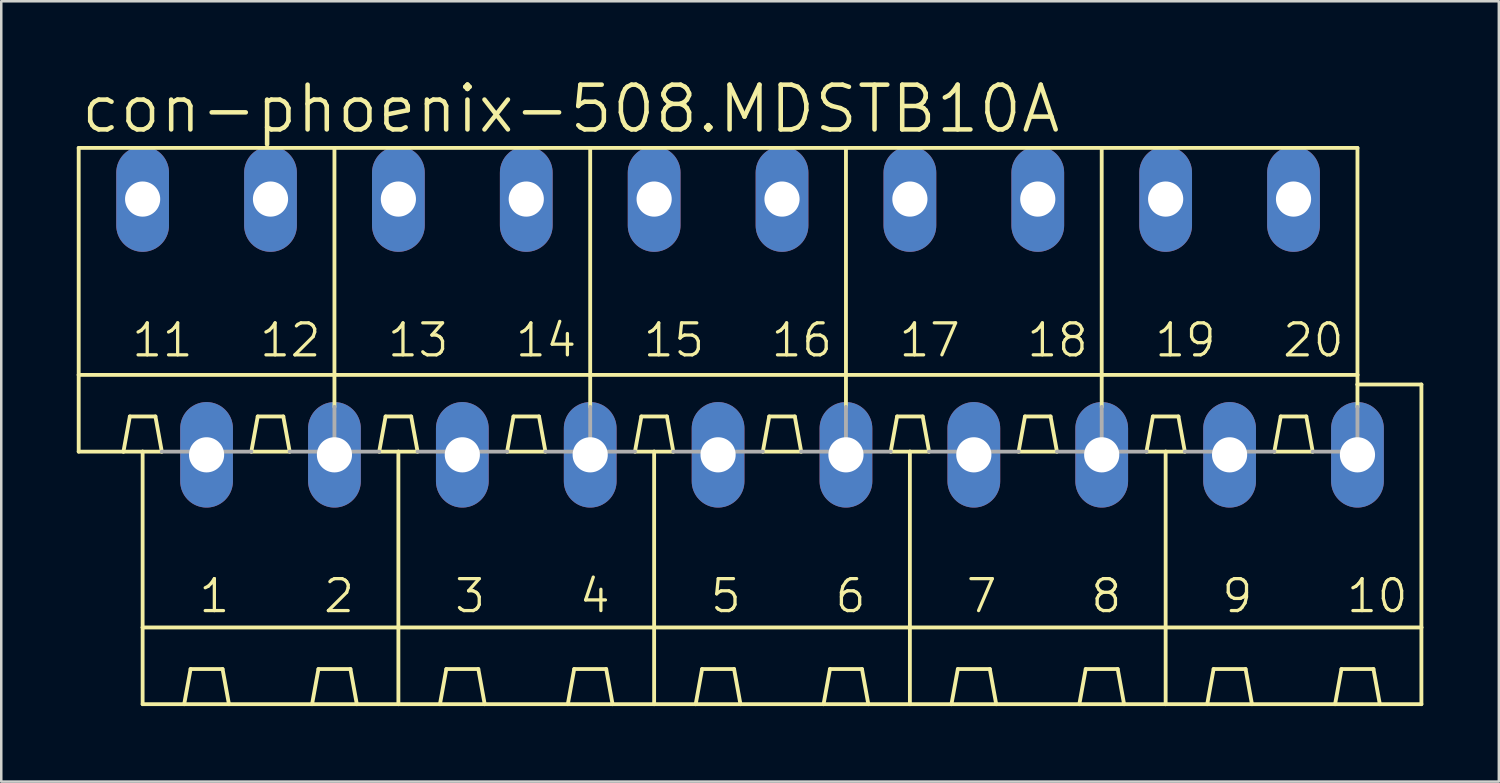
<source format=kicad_pcb>
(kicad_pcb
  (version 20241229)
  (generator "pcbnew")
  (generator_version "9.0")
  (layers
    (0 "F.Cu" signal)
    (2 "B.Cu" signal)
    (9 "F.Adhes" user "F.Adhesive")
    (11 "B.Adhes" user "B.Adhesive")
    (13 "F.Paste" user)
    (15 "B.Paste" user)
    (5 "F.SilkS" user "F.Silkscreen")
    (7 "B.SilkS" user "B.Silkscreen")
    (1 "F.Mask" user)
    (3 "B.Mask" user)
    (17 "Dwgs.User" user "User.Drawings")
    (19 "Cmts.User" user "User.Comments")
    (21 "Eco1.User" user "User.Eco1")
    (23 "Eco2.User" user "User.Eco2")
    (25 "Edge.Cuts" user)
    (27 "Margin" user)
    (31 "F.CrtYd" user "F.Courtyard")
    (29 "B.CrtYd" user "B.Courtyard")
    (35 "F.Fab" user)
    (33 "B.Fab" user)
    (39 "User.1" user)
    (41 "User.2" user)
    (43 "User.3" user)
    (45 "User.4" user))
  (footprint "con-phoenix-508.MDSTB10A"
    (layer "F.Cu")
    (at 26.746 9.938)
    (property "Reference" "con-phoenix-508.MDSTB10A" (at -26.67 -7.62 0) (layer "F.SilkS") (effects (font (size 1.778 1.778) (thickness 0.18)) (justify left bottom)))
    (attr through_hole)
    (fp_line (start -26.67 -7.112) (end -26.67 1.905) (stroke (width 0.152) (type default)) (layer "F.SilkS"))
    (fp_line (start -26.67 -7.112) (end -16.51 -7.112) (stroke (width 0.152) (type default)) (layer "F.SilkS"))
    (fp_line (start -26.67 1.905) (end -26.67 4.953) (stroke (width 0.152) (type default)) (layer "F.SilkS"))
    (fp_line (start -26.67 1.905) (end -16.51 1.905) (stroke (width 0.152) (type default)) (layer "F.SilkS"))
    (fp_line (start -26.67 4.953) (end -24.892 4.953) (stroke (width 0.152) (type default)) (layer "F.SilkS"))
    (fp_line (start -24.892 4.953) (end -24.638 3.556) (stroke (width 0.152) (type default)) (layer "F.SilkS"))
    (fp_line (start -24.892 4.953) (end -24.13 4.953) (stroke (width 0.152) (type default)) (layer "F.SilkS"))
    (fp_line (start -24.638 3.556) (end -23.622 3.556) (stroke (width 0.152) (type default)) (layer "F.SilkS"))
    (fp_line (start -24.13 4.953) (end -23.368 4.953) (stroke (width 0.152) (type default)) (layer "F.SilkS"))
    (fp_line (start -24.13 11.938) (end -24.13 4.953) (stroke (width 0.152) (type default)) (layer "F.SilkS"))
    (fp_line (start -24.13 11.938) (end -13.97 11.938) (stroke (width 0.152) (type default)) (layer "F.SilkS"))
    (fp_line (start -24.13 14.986) (end -24.13 11.938) (stroke (width 0.152) (type default)) (layer "F.SilkS"))
    (fp_line (start -24.13 14.986) (end -22.479 14.986) (stroke (width 0.152) (type default)) (layer "F.SilkS"))
    (fp_line (start -23.622 3.556) (end -23.368 4.953) (stroke (width 0.152) (type default)) (layer "F.SilkS"))
    (fp_line (start -22.479 14.986) (end -22.225 13.589) (stroke (width 0.152) (type default)) (layer "F.SilkS"))
    (fp_line (start -22.479 14.986) (end -20.701 14.986) (stroke (width 0.152) (type default)) (layer "F.SilkS"))
    (fp_line (start -22.225 13.589) (end -20.955 13.589) (stroke (width 0.152) (type default)) (layer "F.SilkS"))
    (fp_line (start -20.955 13.589) (end -20.701 14.986) (stroke (width 0.152) (type default)) (layer "F.SilkS"))
    (fp_line (start -20.701 14.986) (end -17.399 14.986) (stroke (width 0.152) (type default)) (layer "F.SilkS"))
    (fp_line (start -19.812 4.953) (end -19.558 3.556) (stroke (width 0.152) (type default)) (layer "F.SilkS"))
    (fp_line (start -19.812 4.953) (end -18.288 4.953) (stroke (width 0.152) (type default)) (layer "F.SilkS"))
    (fp_line (start -19.558 3.556) (end -18.542 3.556) (stroke (width 0.152) (type default)) (layer "F.SilkS"))
    (fp_line (start -18.542 3.556) (end -18.288 4.953) (stroke (width 0.152) (type default)) (layer "F.SilkS"))
    (fp_line (start -17.399 14.986) (end -17.145 13.589) (stroke (width 0.152) (type default)) (layer "F.SilkS"))
    (fp_line (start -17.399 14.986) (end -15.621 14.986) (stroke (width 0.152) (type default)) (layer "F.SilkS"))
    (fp_line (start -17.145 13.589) (end -15.875 13.589) (stroke (width 0.152) (type default)) (layer "F.SilkS"))
    (fp_line (start -16.51 -7.112) (end -16.51 1.905) (stroke (width 0.152) (type default)) (layer "F.SilkS"))
    (fp_line (start -16.51 -7.112) (end -6.35 -7.112) (stroke (width 0.152) (type default)) (layer "F.SilkS"))
    (fp_line (start -16.51 1.905) (end -16.51 3.175) (stroke (width 0.152) (type default)) (layer "F.SilkS"))
    (fp_line (start -16.51 1.905) (end -6.35 1.905) (stroke (width 0.152) (type default)) (layer "F.SilkS"))
    (fp_line (start -15.875 13.589) (end -15.621 14.986) (stroke (width 0.152) (type default)) (layer "F.SilkS"))
    (fp_line (start -15.621 14.986) (end -13.97 14.986) (stroke (width 0.152) (type default)) (layer "F.SilkS"))
    (fp_line (start -14.732 4.953) (end -14.478 3.556) (stroke (width 0.152) (type default)) (layer "F.SilkS"))
    (fp_line (start -14.732 4.953) (end -13.97 4.953) (stroke (width 0.152) (type default)) (layer "F.SilkS"))
    (fp_line (start -14.478 3.556) (end -13.462 3.556) (stroke (width 0.152) (type default)) (layer "F.SilkS"))
    (fp_line (start -13.97 4.953) (end -13.208 4.953) (stroke (width 0.152) (type default)) (layer "F.SilkS"))
    (fp_line (start -13.97 11.938) (end -13.97 4.953) (stroke (width 0.152) (type default)) (layer "F.SilkS"))
    (fp_line (start -13.97 11.938) (end -3.81 11.938) (stroke (width 0.152) (type default)) (layer "F.SilkS"))
    (fp_line (start -13.97 14.986) (end -13.97 11.938) (stroke (width 0.152) (type default)) (layer "F.SilkS"))
    (fp_line (start -13.97 14.986) (end -12.319 14.986) (stroke (width 0.152) (type default)) (layer "F.SilkS"))
    (fp_line (start -13.462 3.556) (end -13.208 4.953) (stroke (width 0.152) (type default)) (layer "F.SilkS"))
    (fp_line (start -12.319 14.986) (end -12.065 13.589) (stroke (width 0.152) (type default)) (layer "F.SilkS"))
    (fp_line (start -12.319 14.986) (end -10.541 14.986) (stroke (width 0.152) (type default)) (layer "F.SilkS"))
    (fp_line (start -12.065 13.589) (end -10.795 13.589) (stroke (width 0.152) (type default)) (layer "F.SilkS"))
    (fp_line (start -10.795 13.589) (end -10.541 14.986) (stroke (width 0.152) (type default)) (layer "F.SilkS"))
    (fp_line (start -10.541 14.986) (end -7.239 14.986) (stroke (width 0.152) (type default)) (layer "F.SilkS"))
    (fp_line (start -9.652 4.953) (end -9.398 3.556) (stroke (width 0.152) (type default)) (layer "F.SilkS"))
    (fp_line (start -9.652 4.953) (end -8.128 4.953) (stroke (width 0.152) (type default)) (layer "F.SilkS"))
    (fp_line (start -9.398 3.556) (end -8.382 3.556) (stroke (width 0.152) (type default)) (layer "F.SilkS"))
    (fp_line (start -8.382 3.556) (end -8.128 4.953) (stroke (width 0.152) (type default)) (layer "F.SilkS"))
    (fp_line (start -7.239 14.986) (end -6.985 13.589) (stroke (width 0.152) (type default)) (layer "F.SilkS"))
    (fp_line (start -7.239 14.986) (end -5.461 14.986) (stroke (width 0.152) (type default)) (layer "F.SilkS"))
    (fp_line (start -6.985 13.589) (end -5.715 13.589) (stroke (width 0.152) (type default)) (layer "F.SilkS"))
    (fp_line (start -6.35 -7.112) (end -6.35 1.905) (stroke (width 0.152) (type default)) (layer "F.SilkS"))
    (fp_line (start -6.35 -7.112) (end 3.81 -7.112) (stroke (width 0.152) (type default)) (layer "F.SilkS"))
    (fp_line (start -6.35 1.905) (end -6.35 3.175) (stroke (width 0.152) (type default)) (layer "F.SilkS"))
    (fp_line (start -6.35 1.905) (end 3.81 1.905) (stroke (width 0.152) (type default)) (layer "F.SilkS"))
    (fp_line (start -5.715 13.589) (end -5.461 14.986) (stroke (width 0.152) (type default)) (layer "F.SilkS"))
    (fp_line (start -5.461 14.986) (end -3.81 14.986) (stroke (width 0.152) (type default)) (layer "F.SilkS"))
    (fp_line (start -4.572 4.953) (end -4.318 3.556) (stroke (width 0.152) (type default)) (layer "F.SilkS"))
    (fp_line (start -4.572 4.953) (end -3.81 4.953) (stroke (width 0.152) (type default)) (layer "F.SilkS"))
    (fp_line (start -4.318 3.556) (end -3.302 3.556) (stroke (width 0.152) (type default)) (layer "F.SilkS"))
    (fp_line (start -3.81 4.953) (end -3.048 4.953) (stroke (width 0.152) (type default)) (layer "F.SilkS"))
    (fp_line (start -3.81 11.938) (end -3.81 4.953) (stroke (width 0.152) (type default)) (layer "F.SilkS"))
    (fp_line (start -3.81 11.938) (end 6.35 11.938) (stroke (width 0.152) (type default)) (layer "F.SilkS"))
    (fp_line (start -3.81 14.986) (end -3.81 11.938) (stroke (width 0.152) (type default)) (layer "F.SilkS"))
    (fp_line (start -3.81 14.986) (end -2.159 14.986) (stroke (width 0.152) (type default)) (layer "F.SilkS"))
    (fp_line (start -3.302 3.556) (end -3.048 4.953) (stroke (width 0.152) (type default)) (layer "F.SilkS"))
    (fp_line (start -2.159 14.986) (end -1.905 13.589) (stroke (width 0.152) (type default)) (layer "F.SilkS"))
    (fp_line (start -2.159 14.986) (end -0.381 14.986) (stroke (width 0.152) (type default)) (layer "F.SilkS"))
    (fp_line (start -1.905 13.589) (end -0.635 13.589) (stroke (width 0.152) (type default)) (layer "F.SilkS"))
    (fp_line (start -0.635 13.589) (end -0.381 14.986) (stroke (width 0.152) (type default)) (layer "F.SilkS"))
    (fp_line (start -0.381 14.986) (end 2.921 14.986) (stroke (width 0.152) (type default)) (layer "F.SilkS"))
    (fp_line (start 0.508 4.953) (end 0.762 3.556) (stroke (width 0.152) (type default)) (layer "F.SilkS"))
    (fp_line (start 0.508 4.953) (end 2.032 4.953) (stroke (width 0.152) (type default)) (layer "F.SilkS"))
    (fp_line (start 0.762 3.556) (end 1.778 3.556) (stroke (width 0.152) (type default)) (layer "F.SilkS"))
    (fp_line (start 1.778 3.556) (end 2.032 4.953) (stroke (width 0.152) (type default)) (layer "F.SilkS"))
    (fp_line (start 2.921 14.986) (end 3.175 13.589) (stroke (width 0.152) (type default)) (layer "F.SilkS"))
    (fp_line (start 2.921 14.986) (end 4.699 14.986) (stroke (width 0.152) (type default)) (layer "F.SilkS"))
    (fp_line (start 3.175 13.589) (end 4.445 13.589) (stroke (width 0.152) (type default)) (layer "F.SilkS"))
    (fp_line (start 3.81 -7.112) (end 3.81 1.905) (stroke (width 0.152) (type default)) (layer "F.SilkS"))
    (fp_line (start 3.81 -7.112) (end 13.97 -7.112) (stroke (width 0.152) (type default)) (layer "F.SilkS"))
    (fp_line (start 3.81 1.905) (end 3.81 3.175) (stroke (width 0.152) (type default)) (layer "F.SilkS"))
    (fp_line (start 3.81 1.905) (end 13.97 1.905) (stroke (width 0.152) (type default)) (layer "F.SilkS"))
    (fp_line (start 4.445 13.589) (end 4.699 14.986) (stroke (width 0.152) (type default)) (layer "F.SilkS"))
    (fp_line (start 4.699 14.986) (end 6.35 14.986) (stroke (width 0.152) (type default)) (layer "F.SilkS"))
    (fp_line (start 5.588 4.953) (end 5.842 3.556) (stroke (width 0.152) (type default)) (layer "F.SilkS"))
    (fp_line (start 5.588 4.953) (end 6.35 4.953) (stroke (width 0.152) (type default)) (layer "F.SilkS"))
    (fp_line (start 5.842 3.556) (end 6.858 3.556) (stroke (width 0.152) (type default)) (layer "F.SilkS"))
    (fp_line (start 6.35 4.953) (end 7.112 4.953) (stroke (width 0.152) (type default)) (layer "F.SilkS"))
    (fp_line (start 6.35 11.938) (end 6.35 4.953) (stroke (width 0.152) (type default)) (layer "F.SilkS"))
    (fp_line (start 6.35 11.938) (end 16.51 11.938) (stroke (width 0.152) (type default)) (layer "F.SilkS"))
    (fp_line (start 6.35 14.986) (end 6.35 11.938) (stroke (width 0.152) (type default)) (layer "F.SilkS"))
    (fp_line (start 6.35 14.986) (end 8.001 14.986) (stroke (width 0.152) (type default)) (layer "F.SilkS"))
    (fp_line (start 6.858 3.556) (end 7.112 4.953) (stroke (width 0.152) (type default)) (layer "F.SilkS"))
    (fp_line (start 8.001 14.986) (end 8.255 13.589) (stroke (width 0.152) (type default)) (layer "F.SilkS"))
    (fp_line (start 8.001 14.986) (end 9.779 14.986) (stroke (width 0.152) (type default)) (layer "F.SilkS"))
    (fp_line (start 8.255 13.589) (end 9.525 13.589) (stroke (width 0.152) (type default)) (layer "F.SilkS"))
    (fp_line (start 9.525 13.589) (end 9.779 14.986) (stroke (width 0.152) (type default)) (layer "F.SilkS"))
    (fp_line (start 9.779 14.986) (end 13.081 14.986) (stroke (width 0.152) (type default)) (layer "F.SilkS"))
    (fp_line (start 10.668 4.953) (end 10.922 3.556) (stroke (width 0.152) (type default)) (layer "F.SilkS"))
    (fp_line (start 10.668 4.953) (end 12.192 4.953) (stroke (width 0.152) (type default)) (layer "F.SilkS"))
    (fp_line (start 10.922 3.556) (end 11.938 3.556) (stroke (width 0.152) (type default)) (layer "F.SilkS"))
    (fp_line (start 11.938 3.556) (end 12.192 4.953) (stroke (width 0.152) (type default)) (layer "F.SilkS"))
    (fp_line (start 13.081 14.986) (end 13.335 13.589) (stroke (width 0.152) (type default)) (layer "F.SilkS"))
    (fp_line (start 13.081 14.986) (end 14.859 14.986) (stroke (width 0.152) (type default)) (layer "F.SilkS"))
    (fp_line (start 13.335 13.589) (end 14.605 13.589) (stroke (width 0.152) (type default)) (layer "F.SilkS"))
    (fp_line (start 13.97 -7.112) (end 13.97 1.905) (stroke (width 0.152) (type default)) (layer "F.SilkS"))
    (fp_line (start 13.97 -7.112) (end 24.13 -7.112) (stroke (width 0.152) (type default)) (layer "F.SilkS"))
    (fp_line (start 13.97 1.905) (end 13.97 3.175) (stroke (width 0.152) (type default)) (layer "F.SilkS"))
    (fp_line (start 13.97 1.905) (end 24.13 1.905) (stroke (width 0.152) (type default)) (layer "F.SilkS"))
    (fp_line (start 14.605 13.589) (end 14.859 14.986) (stroke (width 0.152) (type default)) (layer "F.SilkS"))
    (fp_line (start 14.859 14.986) (end 16.51 14.986) (stroke (width 0.152) (type default)) (layer "F.SilkS"))
    (fp_line (start 15.748 4.953) (end 16.002 3.556) (stroke (width 0.152) (type default)) (layer "F.SilkS"))
    (fp_line (start 15.748 4.953) (end 16.51 4.953) (stroke (width 0.152) (type default)) (layer "F.SilkS"))
    (fp_line (start 16.002 3.556) (end 17.018 3.556) (stroke (width 0.152) (type default)) (layer "F.SilkS"))
    (fp_line (start 16.51 4.953) (end 16.51 11.938) (stroke (width 0.152) (type default)) (layer "F.SilkS"))
    (fp_line (start 16.51 4.953) (end 17.272 4.953) (stroke (width 0.152) (type default)) (layer "F.SilkS"))
    (fp_line (start 16.51 11.938) (end 26.67 11.938) (stroke (width 0.152) (type default)) (layer "F.SilkS"))
    (fp_line (start 16.51 14.986) (end 16.51 11.938) (stroke (width 0.152) (type default)) (layer "F.SilkS"))
    (fp_line (start 16.51 14.986) (end 18.161 14.986) (stroke (width 0.152) (type default)) (layer "F.SilkS"))
    (fp_line (start 17.018 3.556) (end 17.272 4.953) (stroke (width 0.152) (type default)) (layer "F.SilkS"))
    (fp_line (start 18.161 14.986) (end 18.415 13.589) (stroke (width 0.152) (type default)) (layer "F.SilkS"))
    (fp_line (start 18.161 14.986) (end 19.939 14.986) (stroke (width 0.152) (type default)) (layer "F.SilkS"))
    (fp_line (start 18.415 13.589) (end 19.685 13.589) (stroke (width 0.152) (type default)) (layer "F.SilkS"))
    (fp_line (start 19.685 13.589) (end 19.939 14.986) (stroke (width 0.152) (type default)) (layer "F.SilkS"))
    (fp_line (start 19.939 14.986) (end 23.241 14.986) (stroke (width 0.152) (type default)) (layer "F.SilkS"))
    (fp_line (start 20.828 4.953) (end 21.082 3.556) (stroke (width 0.152) (type default)) (layer "F.SilkS"))
    (fp_line (start 20.828 4.953) (end 22.352 4.953) (stroke (width 0.152) (type default)) (layer "F.SilkS"))
    (fp_line (start 21.082 3.556) (end 22.098 3.556) (stroke (width 0.152) (type default)) (layer "F.SilkS"))
    (fp_line (start 22.098 3.556) (end 22.352 4.953) (stroke (width 0.152) (type default)) (layer "F.SilkS"))
    (fp_line (start 23.241 14.986) (end 23.495 13.589) (stroke (width 0.152) (type default)) (layer "F.SilkS"))
    (fp_line (start 23.241 14.986) (end 25.019 14.986) (stroke (width 0.152) (type default)) (layer "F.SilkS"))
    (fp_line (start 23.495 13.589) (end 24.765 13.589) (stroke (width 0.152) (type default)) (layer "F.SilkS"))
    (fp_line (start 24.13 -7.112) (end 24.13 1.905) (stroke (width 0.152) (type default)) (layer "F.SilkS"))
    (fp_line (start 24.13 1.905) (end 24.13 2.286) (stroke (width 0.152) (type default)) (layer "F.SilkS"))
    (fp_line (start 24.13 2.286) (end 24.13 3.175) (stroke (width 0.152) (type default)) (layer "F.SilkS"))
    (fp_line (start 24.765 13.589) (end 25.019 14.986) (stroke (width 0.152) (type default)) (layer "F.SilkS"))
    (fp_line (start 25.019 14.986) (end 26.67 14.986) (stroke (width 0.152) (type default)) (layer "F.SilkS"))
    (fp_line (start 26.67 2.286) (end 24.13 2.286) (stroke (width 0.152) (type default)) (layer "F.SilkS"))
    (fp_line (start 26.67 2.286) (end 26.67 11.938) (stroke (width 0.152) (type default)) (layer "F.SilkS"))
    (fp_line (start 26.67 11.938) (end 26.67 14.986) (stroke (width 0.152) (type default)) (layer "F.SilkS"))
    (fp_line (start -23.368 4.953) (end -19.812 4.953) (stroke (width 0.152) (type default)) (layer "F.Fab"))
    (fp_line (start -18.288 4.953) (end -16.51 4.953) (stroke (width 0.152) (type default)) (layer "F.Fab"))
    (fp_line (start -16.51 3.175) (end -16.51 4.953) (stroke (width 0.152) (type default)) (layer "F.Fab"))
    (fp_line (start -14.732 4.953) (end -16.51 4.953) (stroke (width 0.152) (type default)) (layer "F.Fab"))
    (fp_line (start -13.208 4.953) (end -9.652 4.953) (stroke (width 0.152) (type default)) (layer "F.Fab"))
    (fp_line (start -8.128 4.953) (end -6.35 4.953) (stroke (width 0.152) (type default)) (layer "F.Fab"))
    (fp_line (start -6.35 3.175) (end -6.35 4.953) (stroke (width 0.152) (type default)) (layer "F.Fab"))
    (fp_line (start -6.35 4.953) (end -4.572 4.953) (stroke (width 0.152) (type default)) (layer "F.Fab"))
    (fp_line (start -3.048 4.953) (end 0.508 4.953) (stroke (width 0.152) (type default)) (layer "F.Fab"))
    (fp_line (start 2.032 4.953) (end 3.81 4.953) (stroke (width 0.152) (type default)) (layer "F.Fab"))
    (fp_line (start 3.81 3.175) (end 3.81 4.953) (stroke (width 0.152) (type default)) (layer "F.Fab"))
    (fp_line (start 3.81 4.953) (end 5.588 4.953) (stroke (width 0.152) (type default)) (layer "F.Fab"))
    (fp_line (start 7.112 4.953) (end 10.668 4.953) (stroke (width 0.152) (type default)) (layer "F.Fab"))
    (fp_line (start 12.192 4.953) (end 13.97 4.953) (stroke (width 0.152) (type default)) (layer "F.Fab"))
    (fp_line (start 13.97 3.175) (end 13.97 4.953) (stroke (width 0.152) (type default)) (layer "F.Fab"))
    (fp_line (start 13.97 4.953) (end 15.748 4.953) (stroke (width 0.152) (type default)) (layer "F.Fab"))
    (fp_line (start 17.272 4.953) (end 20.828 4.953) (stroke (width 0.152) (type default)) (layer "F.Fab"))
    (fp_line (start 22.352 4.953) (end 24.13 4.953) (stroke (width 0.152) (type default)) (layer "F.Fab"))
    (fp_line (start 24.13 3.175) (end 24.13 4.953) (stroke (width 0.152) (type default)) (layer "F.Fab"))
    (fp_text user "7" (at 8.509 11.43 0) (layer "F.SilkS") (effects (font (size 1.27 1.27) (thickness 0.13)) (justify left bottom)))
    (fp_text user "14" (at -9.398 1.27 0) (layer "F.SilkS") (effects (font (size 1.27 1.27) (thickness 0.13)) (justify left bottom)))
    (fp_text user "10" (at 23.622 11.43 0) (layer "F.SilkS") (effects (font (size 1.27 1.27) (thickness 0.13)) (justify left bottom)))
    (fp_text user "17" (at 5.842 1.27 0) (layer "F.SilkS") (effects (font (size 1.27 1.27) (thickness 0.13)) (justify left bottom)))
    (fp_text user "18" (at 10.922 1.27 0) (layer "F.SilkS") (effects (font (size 1.27 1.27) (thickness 0.13)) (justify left bottom)))
    (fp_text user "16" (at 0.762 1.27 0) (layer "F.SilkS") (effects (font (size 1.27 1.27) (thickness 0.13)) (justify left bottom)))
    (fp_text user "4" (at -6.858 11.43 0) (layer "F.SilkS") (effects (font (size 1.27 1.27) (thickness 0.13)) (justify left bottom)))
    (fp_text user "6" (at 3.302 11.43 0) (layer "F.SilkS") (effects (font (size 1.27 1.27) (thickness 0.13)) (justify left bottom)))
    (fp_text user "8" (at 13.462 11.43 0) (layer "F.SilkS") (effects (font (size 1.27 1.27) (thickness 0.13)) (justify left bottom)))
    (fp_text user "5" (at -1.651 11.43 0) (layer "F.SilkS") (effects (font (size 1.27 1.27) (thickness 0.13)) (justify left bottom)))
    (fp_text user "12" (at -19.558 1.27 0) (layer "F.SilkS") (effects (font (size 1.27 1.27) (thickness 0.13)) (justify left bottom)))
    (fp_text user "3" (at -11.811 11.43 0) (layer "F.SilkS") (effects (font (size 1.27 1.27) (thickness 0.13)) (justify left bottom)))
    (fp_text user "13" (at -14.478 1.27 0) (layer "F.SilkS") (effects (font (size 1.27 1.27) (thickness 0.13)) (justify left bottom)))
    (fp_text user "19" (at 16.002 1.27 0) (layer "F.SilkS") (effects (font (size 1.27 1.27) (thickness 0.13)) (justify left bottom)))
    (fp_text user "11" (at -24.638 1.27 0) (layer "F.SilkS") (effects (font (size 1.27 1.27) (thickness 0.13)) (justify left bottom)))
    (fp_text user "2" (at -17.018 11.43 0) (layer "F.SilkS") (effects (font (size 1.27 1.27) (thickness 0.13)) (justify left bottom)))
    (fp_text user "9" (at 18.669 11.43 0) (layer "F.SilkS") (effects (font (size 1.27 1.27) (thickness 0.13)) (justify left bottom)))
    (fp_text user "20" (at 21.082 1.27 0) (layer "F.SilkS") (effects (font (size 1.27 1.27) (thickness 0.13)) (justify left bottom)))
    (fp_text user "15" (at -4.318 1.27 0) (layer "F.SilkS") (effects (font (size 1.27 1.27) (thickness 0.13)) (justify left bottom)))
    (fp_text user "1" (at -21.971 11.43 0) (layer "F.SilkS") (effects (font (size 1.27 1.27) (thickness 0.13)) (justify left bottom)))
    (pad "1" thru_hole oval (at -21.59 5.08 90) (size 4.191 2.095) (drill 1.397) (layers "*.Cu" "*.Mask"))
    (pad "2" thru_hole oval (at -16.51 5.08 90) (size 4.191 2.095) (drill 1.397) (layers "*.Cu" "*.Mask"))
    (pad "3" thru_hole oval (at -11.43 5.08 90) (size 4.191 2.095) (drill 1.397) (layers "*.Cu" "*.Mask"))
    (pad "4" thru_hole oval (at -6.35 5.08 90) (size 4.191 2.095) (drill 1.397) (layers "*.Cu" "*.Mask"))
    (pad "5" thru_hole oval (at -1.27 5.08 90) (size 4.191 2.095) (drill 1.397) (layers "*.Cu" "*.Mask"))
    (pad "6" thru_hole oval (at 3.81 5.08 90) (size 4.191 2.095) (drill 1.397) (layers "*.Cu" "*.Mask"))
    (pad "7" thru_hole oval (at 8.89 5.08 90) (size 4.191 2.095) (drill 1.397) (layers "*.Cu" "*.Mask"))
    (pad "8" thru_hole oval (at 13.97 5.08 90) (size 4.191 2.095) (drill 1.397) (layers "*.Cu" "*.Mask"))
    (pad "9" thru_hole oval (at 19.05 5.08 90) (size 4.191 2.095) (drill 1.397) (layers "*.Cu" "*.Mask"))
    (pad "10" thru_hole oval (at 24.13 5.08 90) (size 4.191 2.095) (drill 1.397) (layers "*.Cu" "*.Mask"))
    (pad "11" thru_hole oval (at -24.13 -5.08 90) (size 4.191 2.095) (drill 1.397) (layers "*.Cu" "*.Mask"))
    (pad "12" thru_hole oval (at -19.05 -5.08 90) (size 4.191 2.095) (drill 1.397) (layers "*.Cu" "*.Mask"))
    (pad "13" thru_hole oval (at -13.97 -5.08 90) (size 4.191 2.095) (drill 1.397) (layers "*.Cu" "*.Mask"))
    (pad "14" thru_hole oval (at -8.89 -5.08 90) (size 4.191 2.095) (drill 1.397) (layers "*.Cu" "*.Mask"))
    (pad "15" thru_hole oval (at -3.81 -5.08 90) (size 4.191 2.095) (drill 1.397) (layers "*.Cu" "*.Mask"))
    (pad "16" thru_hole oval (at 1.27 -5.08 90) (size 4.191 2.095) (drill 1.397) (layers "*.Cu" "*.Mask"))
    (pad "17" thru_hole oval (at 6.35 -5.08 90) (size 4.191 2.095) (drill 1.397) (layers "*.Cu" "*.Mask"))
    (pad "18" thru_hole oval (at 11.43 -5.08 90) (size 4.191 2.095) (drill 1.397) (layers "*.Cu" "*.Mask"))
    (pad "19" thru_hole oval (at 16.51 -5.08 90) (size 4.191 2.095) (drill 1.397) (layers "*.Cu" "*.Mask"))
    (pad "20" thru_hole oval (at 21.59 -5.08 90) (size 4.191 2.095) (drill 1.397) (layers "*.Cu" "*.Mask")))
  (gr_rect
    (start -3 -3)
    (end 56.492 28)
    (stroke (width 0.1) (type default))
    (fill no)
    (layer "Edge.Cuts")))
</source>
